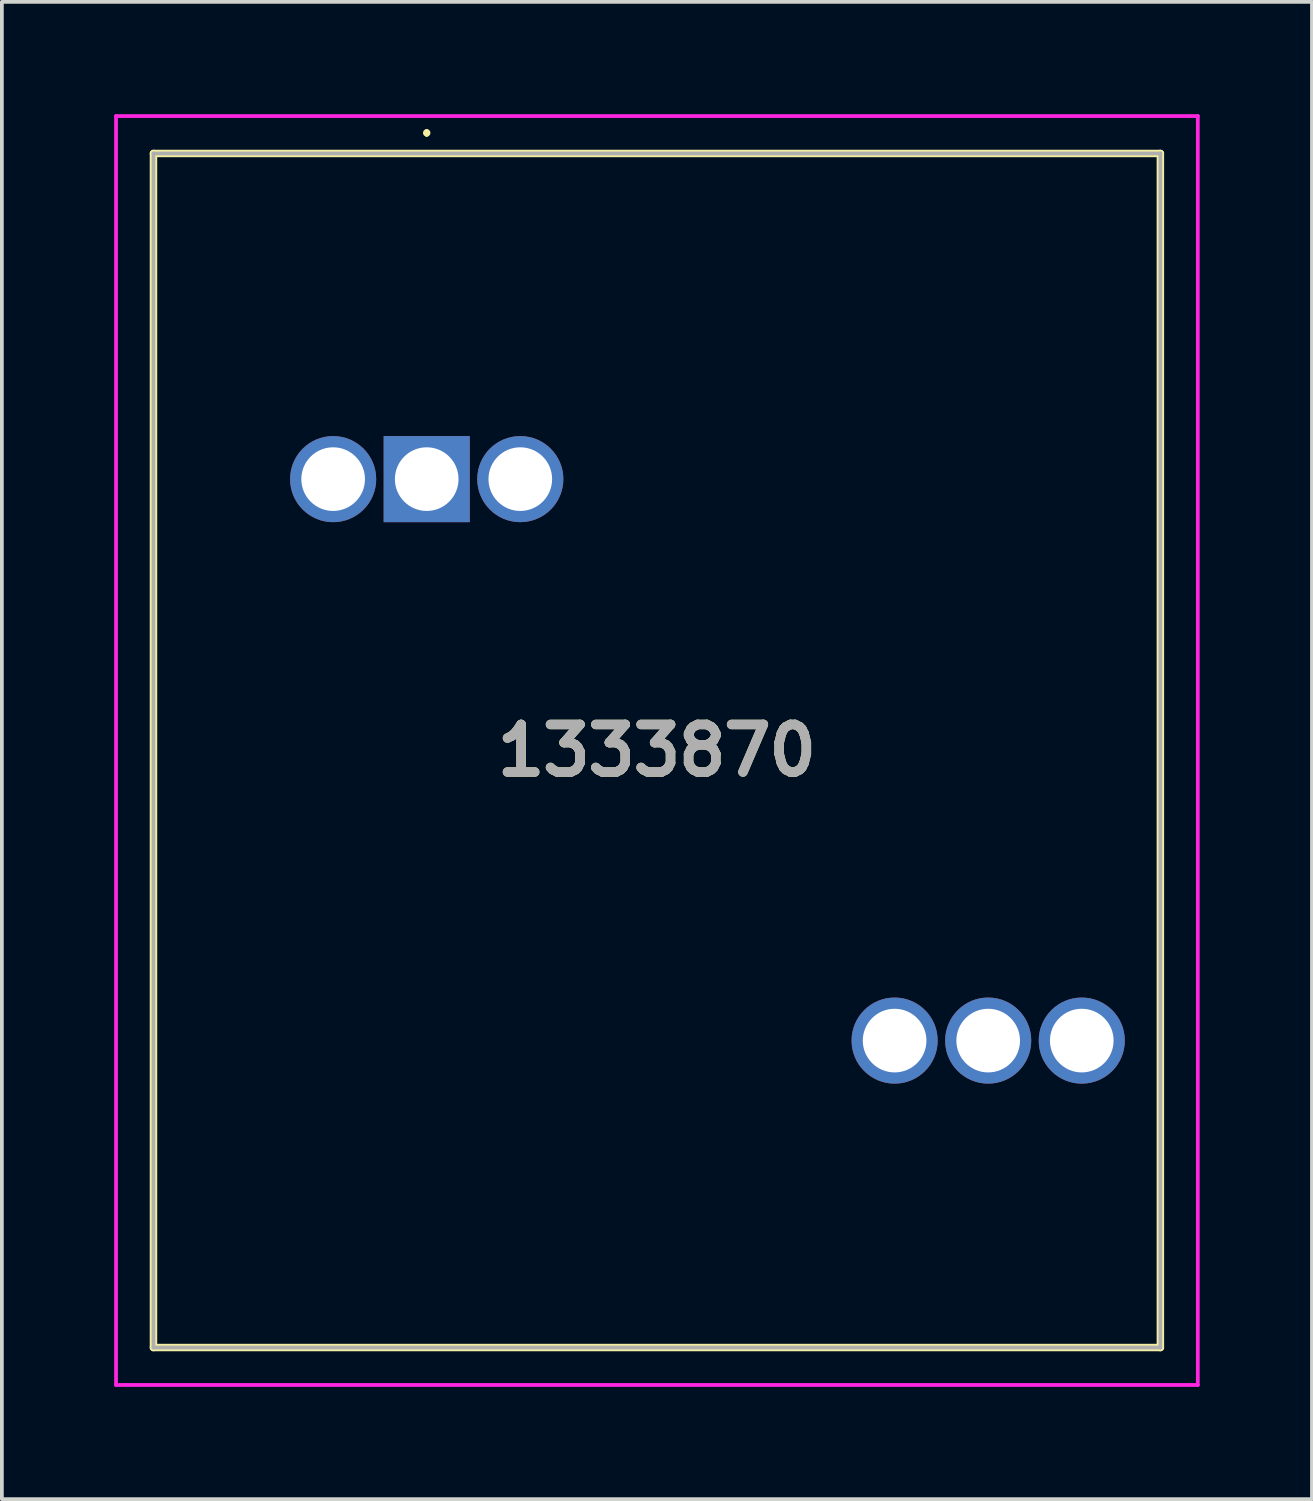
<source format=kicad_pcb>
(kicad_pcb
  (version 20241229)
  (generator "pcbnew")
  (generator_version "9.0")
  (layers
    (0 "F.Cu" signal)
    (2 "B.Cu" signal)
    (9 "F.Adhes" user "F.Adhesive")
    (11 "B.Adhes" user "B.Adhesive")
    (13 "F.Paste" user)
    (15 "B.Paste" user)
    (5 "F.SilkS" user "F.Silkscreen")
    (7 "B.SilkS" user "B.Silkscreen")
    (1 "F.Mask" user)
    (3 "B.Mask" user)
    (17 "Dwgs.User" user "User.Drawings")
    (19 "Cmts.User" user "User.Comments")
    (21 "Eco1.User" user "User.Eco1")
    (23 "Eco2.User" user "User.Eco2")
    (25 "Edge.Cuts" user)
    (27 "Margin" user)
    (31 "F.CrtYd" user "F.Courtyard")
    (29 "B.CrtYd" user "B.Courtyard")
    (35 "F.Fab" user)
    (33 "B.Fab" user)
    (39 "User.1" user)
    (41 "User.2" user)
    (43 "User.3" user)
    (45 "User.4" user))
  (footprint "1333870"
    (layer "F.Cu")
    (at 8.35 9.75)
    (property "Reference" "1333870" (at 6.15 7.25 180) (layer "F.SilkS") (effects (font (size 1.27 1.27) (thickness 0.254))))
    (attr through_hole)
    (fp_line (start -7.3 -8.7) (end -7.3 23.2) (stroke (width 0.2) (type solid)) (layer "F.SilkS"))
    (fp_line (start -7.3 23.2) (end 19.6 23.2) (stroke (width 0.2) (type solid)) (layer "F.SilkS"))
    (fp_line (start 0 -9.3) (end 0 -9.3) (stroke (width 0.1) (type solid)) (layer "F.SilkS"))
    (fp_line (start 0 -9.2) (end 0 -9.2) (stroke (width 0.1) (type solid)) (layer "F.SilkS"))
    (fp_line (start 19.6 -8.7) (end -7.3 -8.7) (stroke (width 0.2) (type solid)) (layer "F.SilkS"))
    (fp_line (start 19.6 23.2) (end 19.6 -8.7) (stroke (width 0.2) (type solid)) (layer "F.SilkS"))
    (fp_arc (start 0 -9.3) (mid 0.05 -9.25) (end 0 -9.2) (stroke (width 0.1) (type solid)) (layer "F.SilkS"))
    (fp_arc (start 0 -9.2) (mid -0.05 -9.25) (end 0 -9.3) (stroke (width 0.1) (type solid)) (layer "F.SilkS"))
    (fp_line (start -8.3 -9.7) (end -8.3 24.2) (stroke (width 0.1) (type solid)) (layer "F.CrtYd"))
    (fp_line (start -8.3 24.2) (end 20.6 24.2) (stroke (width 0.1) (type solid)) (layer "F.CrtYd"))
    (fp_line (start 20.6 -9.7) (end -8.3 -9.7) (stroke (width 0.1) (type solid)) (layer "F.CrtYd"))
    (fp_line (start 20.6 24.2) (end 20.6 -9.7) (stroke (width 0.1) (type solid)) (layer "F.CrtYd"))
    (fp_line (start -7.3 -8.7) (end 19.6 -8.7) (stroke (width 0.1) (type solid)) (layer "F.Fab"))
    (fp_line (start -7.3 23.2) (end -7.3 -8.7) (stroke (width 0.1) (type solid)) (layer "F.Fab"))
    (fp_line (start 19.6 -8.7) (end 19.6 23.2) (stroke (width 0.1) (type solid)) (layer "F.Fab"))
    (fp_line (start 19.6 23.2) (end -7.3 23.2) (stroke (width 0.1) (type solid)) (layer "F.Fab"))
    (fp_text user "${REFERENCE}" (at 6.15 7.25 180) (layer "F.Fab") (effects (font (size 1.27 1.27) (thickness 0.254))))
    (pad "1" thru_hole rect (at 0 0) (size 2.3 2.3) (drill 1.7) (layers "*.Cu" "*.Mask"))
    (pad "2" thru_hole circle (at 15 15) (size 2.3 2.3) (drill 1.7) (layers "*.Cu" "*.Mask"))
    (pad "3" thru_hole circle (at -2.5 0) (size 2.3 2.3) (drill 1.7) (layers "*.Cu" "*.Mask"))
    (pad "4" thru_hole circle (at 12.5 15) (size 2.3 2.3) (drill 1.7) (layers "*.Cu" "*.Mask"))
    (pad "5" thru_hole circle (at 2.5 0) (size 2.3 2.3) (drill 1.7) (layers "*.Cu" "*.Mask"))
    (pad "6" thru_hole circle (at 17.5 15) (size 2.3 2.3) (drill 1.7) (layers "*.Cu" "*.Mask")))
  (gr_rect
    (start -3 -3)
    (end 32 37)
    (stroke (width 0.1) (type default))
    (fill no)
    (layer "Edge.Cuts")))
</source>
